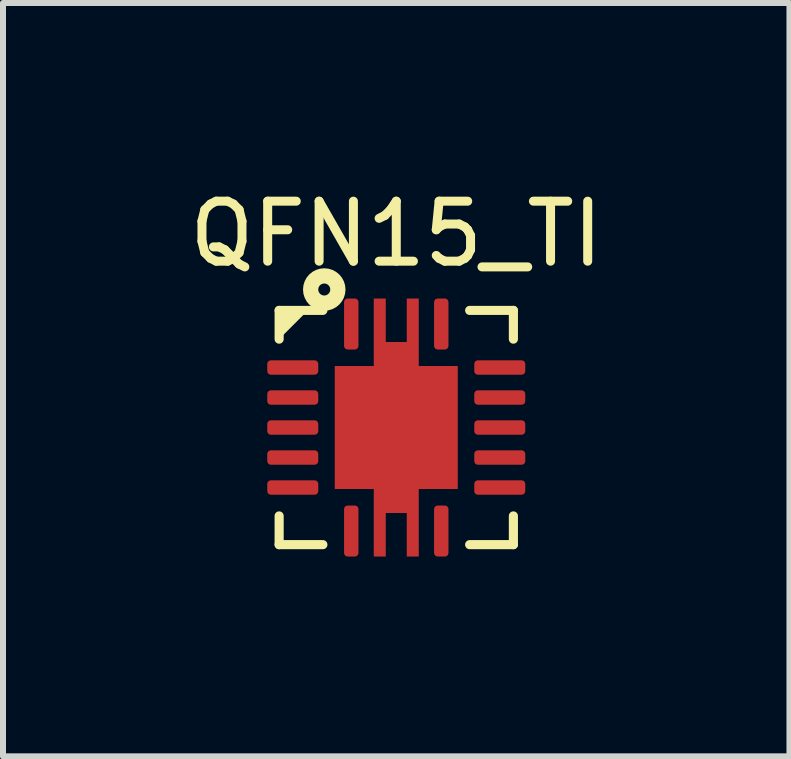
<source format=kicad_pcb>
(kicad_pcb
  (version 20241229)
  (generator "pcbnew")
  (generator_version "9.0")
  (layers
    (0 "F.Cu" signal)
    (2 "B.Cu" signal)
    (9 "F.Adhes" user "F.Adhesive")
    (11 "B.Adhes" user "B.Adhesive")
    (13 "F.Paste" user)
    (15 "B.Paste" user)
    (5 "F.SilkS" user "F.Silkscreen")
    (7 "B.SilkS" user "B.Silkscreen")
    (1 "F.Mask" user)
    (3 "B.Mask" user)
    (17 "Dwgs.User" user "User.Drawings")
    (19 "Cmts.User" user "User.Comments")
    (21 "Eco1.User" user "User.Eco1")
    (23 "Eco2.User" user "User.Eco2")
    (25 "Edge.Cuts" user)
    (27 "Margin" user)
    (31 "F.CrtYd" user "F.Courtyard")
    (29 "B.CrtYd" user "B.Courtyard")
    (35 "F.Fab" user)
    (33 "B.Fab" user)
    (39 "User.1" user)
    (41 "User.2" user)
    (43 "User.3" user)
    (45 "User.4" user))
  (footprint "QFN15_TI"
    (layer "F.Cu")
    (at 3.554 4.075)
    (property "Reference" "QFN15_TI" (at 0 -3.227 0) (layer "F.SilkS") (effects (font (size 1 1) (thickness 0.15))))
    (fp_poly (pts (xy -0.375 -1.025) (xy 0.375 -1.025) (xy 0.375 -2.15) (xy 0.175 -2.15) (xy 0.175 -1.525) (xy -0.175 -1.525) (xy -0.175 -2.15) (xy -0.375 -2.15)) (stroke (width 0) (type default)) (fill yes) (layer "F.Mask"))
    (fp_poly (pts (xy -0.375 -1.025) (xy 0.375 -1.025) (xy 0.375 -2.15) (xy 0.175 -2.15) (xy 0.175 -1.425) (xy -0.175 -1.425) (xy -0.175 -2.15) (xy -0.375 -2.15)) (stroke (width 0) (type default)) (fill yes) (layer "F.Mask"))
    (fp_poly (pts (xy -0.375 1.025) (xy 0.375 1.025) (xy 0.375 2.15) (xy 0.175 2.15) (xy 0.175 1.425) (xy -0.175 1.425) (xy -0.175 2.15) (xy -0.375 2.15)) (stroke (width 0) (type default)) (fill yes) (layer "F.Mask"))
    (fp_poly (pts (xy -0.375 1.025) (xy 0.375 1.025) (xy 0.375 2.15) (xy 0.175 2.15) (xy 0.175 1.425) (xy -0.175 1.425) (xy -0.175 2.15) (xy -0.375 2.15)) (stroke (width 0) (type default)) (fill yes) (layer "F.Mask"))
    (fp_line (start -1.952 -1.952) (end -1.223 -1.952) (stroke (width 0.152) (type solid)) (layer "F.SilkS"))
    (fp_line (start -1.952 -1.473) (end -1.952 -1.952) (stroke (width 0.152) (type solid)) (layer "F.SilkS"))
    (fp_line (start -1.952 1.952) (end -1.952 1.473) (stroke (width 0.152) (type solid)) (layer "F.SilkS"))
    (fp_line (start -1.952 1.952) (end -1.223 1.952) (stroke (width 0.152) (type solid)) (layer "F.SilkS"))
    (fp_line (start 1.223 -1.952) (end 1.952 -1.952) (stroke (width 0.152) (type solid)) (layer "F.SilkS"))
    (fp_line (start 1.223 1.952) (end 1.952 1.952) (stroke (width 0.152) (type solid)) (layer "F.SilkS"))
    (fp_line (start 1.952 -1.473) (end 1.952 -1.952) (stroke (width 0.152) (type solid)) (layer "F.SilkS"))
    (fp_line (start 1.952 1.952) (end 1.952 1.473) (stroke (width 0.152) (type solid)) (layer "F.SilkS"))
    (fp_circle (center -1.2 -2.3) (end -1.2 -2.4) (stroke (width 0.254) (type solid)) (fill no) (layer "F.SilkS"))
    (fp_poly (pts (xy -1.952 -1.473) (xy -1.473 -1.952) (xy -1.952 -1.952)) (stroke (width 0) (type default)) (fill yes) (layer "F.SilkS"))
    (fp_poly (pts (xy -1.325 -1.115) (xy -2.125 -1.115) (xy -2.125 -0.885) (xy -1.325 -0.885)) (stroke (width 0) (type default)) (fill yes) (layer "F.Paste"))
    (fp_poly (pts (xy -1.325 -0.615) (xy -2.125 -0.615) (xy -2.125 -0.385) (xy -1.325 -0.385)) (stroke (width 0) (type default)) (fill yes) (layer "F.Paste"))
    (fp_poly (pts (xy -1.325 -0.115) (xy -2.125 -0.115) (xy -2.125 0.115) (xy -1.325 0.115)) (stroke (width 0) (type default)) (fill yes) (layer "F.Paste"))
    (fp_poly (pts (xy -1.325 0.385) (xy -2.125 0.385) (xy -2.125 0.615) (xy -1.325 0.615)) (stroke (width 0) (type default)) (fill yes) (layer "F.Paste"))
    (fp_poly (pts (xy -1.325 0.885) (xy -2.125 0.885) (xy -2.125 1.115) (xy -1.325 1.115)) (stroke (width 0) (type default)) (fill yes) (layer "F.Paste"))
    (fp_poly (pts (xy -0.635 -2.125) (xy -0.865 -2.125) (xy -0.865 -1.325) (xy -0.635 -1.325)) (stroke (width 0) (type default)) (fill yes) (layer "F.Paste"))
    (fp_poly (pts (xy -0.635 1.325) (xy -0.865 1.325) (xy -0.865 2.125) (xy -0.635 2.125)) (stroke (width 0) (type default)) (fill yes) (layer "F.Paste"))
    (fp_poly (pts (xy -0.375 -1.425) (xy -0.175 -1.425) (xy -0.175 -2.15) (xy -0.375 -2.15)) (stroke (width 0) (type default)) (fill yes) (layer "F.Paste"))
    (fp_poly (pts (xy -0.375 1.425) (xy -0.175 1.425) (xy -0.175 2.15) (xy -0.375 2.15)) (stroke (width 0) (type default)) (fill yes) (layer "F.Paste"))
    (fp_poly (pts (xy -0.3 -1.35) (xy 0.3 -1.35) (xy 0.3 -1.025) (xy -0.3 -1.025)) (stroke (width 0) (type default)) (fill yes) (layer "F.Paste"))
    (fp_poly (pts (xy 0.175 -1.425) (xy 0.375 -1.425) (xy 0.375 -2.15) (xy 0.175 -2.15)) (stroke (width 0) (type default)) (fill yes) (layer "F.Paste"))
    (fp_poly (pts (xy 0.175 1.425) (xy 0.375 1.425) (xy 0.375 2.15) (xy 0.175 2.15)) (stroke (width 0) (type default)) (fill yes) (layer "F.Paste"))
    (fp_poly (pts (xy 0.3 1.35) (xy -0.3 1.35) (xy -0.3 1.025) (xy 0.3 1.025)) (stroke (width 0) (type default)) (fill yes) (layer "F.Paste"))
    (fp_poly (pts (xy 0.865 -2.125) (xy 0.635 -2.125) (xy 0.635 -1.325) (xy 0.865 -1.325)) (stroke (width 0) (type default)) (fill yes) (layer "F.Paste"))
    (fp_poly (pts (xy 0.865 1.325) (xy 0.635 1.325) (xy 0.635 2.125) (xy 0.865 2.125)) (stroke (width 0) (type default)) (fill yes) (layer "F.Paste"))
    (fp_poly (pts (xy 2.125 -1.115) (xy 1.325 -1.115) (xy 1.325 -0.885) (xy 2.125 -0.885)) (stroke (width 0) (type default)) (fill yes) (layer "F.Paste"))
    (fp_poly (pts (xy 2.125 -0.615) (xy 1.325 -0.615) (xy 1.325 -0.385) (xy 2.125 -0.385)) (stroke (width 0) (type default)) (fill yes) (layer "F.Paste"))
    (fp_poly (pts (xy 2.125 -0.115) (xy 1.325 -0.115) (xy 1.325 0.115) (xy 2.125 0.115)) (stroke (width 0) (type default)) (fill yes) (layer "F.Paste"))
    (fp_poly (pts (xy 2.125 0.385) (xy 1.325 0.385) (xy 1.325 0.615) (xy 2.125 0.615)) (stroke (width 0) (type default)) (fill yes) (layer "F.Paste"))
    (fp_poly (pts (xy 2.125 0.885) (xy 1.325 0.885) (xy 1.325 1.115) (xy 2.125 1.115)) (stroke (width 0) (type default)) (fill yes) (layer "F.Paste"))
    (fp_poly (pts (xy -0.635 0.494) (xy -0.95 0.494) (xy -0.95 0.95) (xy -0.494 0.95) (xy -0.494 0.635)) (stroke (width 0) (type default)) (fill yes) (layer "F.Paste"))
    (fp_poly (pts (xy -0.494 -0.95) (xy -0.95 -0.95) (xy -0.95 -0.494) (xy -0.635 -0.494) (xy -0.494 -0.635)) (stroke (width 0) (type default)) (fill yes) (layer "F.Paste"))
    (fp_poly (pts (xy 0.95 -0.95) (xy 0.494 -0.95) (xy 0.494 -0.635) (xy 0.635 -0.494) (xy 0.95 -0.494)) (stroke (width 0) (type default)) (fill yes) (layer "F.Paste"))
    (fp_poly (pts (xy 0.95 0.494) (xy 0.635 0.494) (xy 0.494 0.635) (xy 0.494 0.95) (xy 0.95 0.95)) (stroke (width 0) (type default)) (fill yes) (layer "F.Paste"))
    (fp_poly (pts (xy -0.635 -0.294) (xy -0.95 -0.294) (xy -0.95 0.294) (xy -0.635 0.294) (xy -0.494 0.152) (xy -0.494 -0.152)) (stroke (width 0) (type default)) (fill yes) (layer "F.Paste"))
    (fp_poly (pts (xy 0.152 0.494) (xy -0.152 0.494) (xy -0.294 0.635) (xy -0.294 0.95) (xy 0.294 0.95) (xy 0.294 0.635)) (stroke (width 0) (type default)) (fill yes) (layer "F.Paste"))
    (fp_poly (pts (xy 0.294 -0.95) (xy -0.294 -0.95) (xy -0.294 -0.635) (xy -0.152 -0.494) (xy 0.152 -0.494) (xy 0.294 -0.635)) (stroke (width 0) (type default)) (fill yes) (layer "F.Paste"))
    (fp_poly (pts (xy 0.95 -0.294) (xy 0.635 -0.294) (xy 0.494 -0.152) (xy 0.494 0.152) (xy 0.635 0.294) (xy 0.95 0.294)) (stroke (width 0) (type default)) (fill yes) (layer "F.Paste"))
    (fp_poly (pts (xy 0.152 -0.294) (xy -0.152 -0.294) (xy -0.294 -0.152) (xy -0.294 0.152) (xy -0.152 0.294) (xy 0.152 0.294) (xy 0.294 0.152) (xy 0.294 -0.152)) (stroke (width 0) (type default)) (fill yes) (layer "F.Paste"))
    (fp_line (start -2.404 -2.404) (end 2.404 -2.404) (stroke (width 0.152) (type solid)) (layer "Eco2.User"))
    (fp_line (start -2.404 2.404) (end -2.404 -2.404) (stroke (width 0.152) (type solid)) (layer "Eco2.User"))
    (fp_line (start -2.404 2.404) (end 2.404 2.404) (stroke (width 0.152) (type solid)) (layer "Eco2.User"))
    (fp_line (start 2.404 2.404) (end 2.404 -2.404) (stroke (width 0.152) (type solid)) (layer "Eco2.User"))
    (pad "1" smd roundrect (at -0.75 -1.725) (size 0.24 0.85) (layers "F.Cu" "F.Mask" "F.Paste") (roundrect_rratio 0.25))
    (pad "2" smd roundrect (at -1.725 -1 270) (size 0.24 0.85) (layers "F.Cu" "F.Mask" "F.Paste") (roundrect_rratio 0.25))
    (pad "3" smd roundrect (at -1.725 -0.5 270) (size 0.24 0.85) (layers "F.Cu" "F.Mask" "F.Paste") (roundrect_rratio 0.25))
    (pad "4" smd roundrect (at -1.725 0 270) (size 0.24 0.85) (layers "F.Cu" "F.Mask" "F.Paste") (roundrect_rratio 0.25))
    (pad "5" smd roundrect (at -1.725 0.5 270) (size 0.24 0.85) (layers "F.Cu" "F.Mask" "F.Paste") (roundrect_rratio 0.25))
    (pad "6" smd roundrect (at -1.725 1 270) (size 0.24 0.85) (layers "F.Cu" "F.Mask" "F.Paste") (roundrect_rratio 0.25))
    (pad "7" smd roundrect (at -0.75 1.725) (size 0.24 0.85) (layers "F.Cu" "F.Mask" "F.Paste") (roundrect_rratio 0.25))
    (pad "8" smd roundrect (at 0.75 1.725) (size 0.24 0.85) (layers "F.Cu" "F.Mask" "F.Paste") (roundrect_rratio 0.25))
    (pad "9" smd roundrect (at 1.725 1 270) (size 0.24 0.85) (layers "F.Cu" "F.Mask" "F.Paste") (roundrect_rratio 0.25))
    (pad "10" smd roundrect (at 1.725 0.5 270) (size 0.24 0.85) (layers "F.Cu" "F.Mask" "F.Paste") (roundrect_rratio 0.25))
    (pad "11" smd roundrect (at 1.725 0 270) (size 0.24 0.85) (layers "F.Cu" "F.Mask" "F.Paste") (roundrect_rratio 0.25))
    (pad "12" smd roundrect (at 1.725 -0.5 270) (size 0.24 0.85) (layers "F.Cu" "F.Mask" "F.Paste") (roundrect_rratio 0.25))
    (pad "13" smd roundrect (at 1.725 -1 270) (size 0.24 0.85) (layers "F.Cu" "F.Mask" "F.Paste") (roundrect_rratio 0.25))
    (pad "14" smd roundrect (at 0.75 -1.725) (size 0.24 0.85) (layers "F.Cu" "F.Mask" "F.Paste") (roundrect_rratio 0.25))
    (pad "15" smd custom (at -0.375 -1.025) (size 0.000001 0.000001) (layers "F.Cu" "F.Mask" "F.Paste") (options (anchor circle)) (primitives (gr_poly (pts (xy 0 0) (xy 0 -1.125) (xy 0.2 -1.125) (xy 0.2 -0.4) (xy 0.55 -0.4) (xy 0.55 -1.125) (xy 0.75 -1.125) (xy 0.75 0) (xy 1.4 0) (xy 1.4 2.05) (xy 0.75 2.05) (xy 0.75 3.175) (xy 0.55 3.175) (xy 0.55 2.45) (xy 0.2 2.45) (xy 0.2 3.175) (xy 0 3.175) (xy 0 2.05) (xy -0.65 2.05) (xy -0.65 0)) (width 0) (fill yes))))
    (pad "15" smd circle (at 0 0) (size 0.025 0.025) (layers "F.Cu" "F.Mask" "F.Paste")))
  (gr_rect
    (start -3 -3)
    (end 10.107 9.555)
    (stroke (width 0.1) (type default))
    (fill no)
    (layer "Edge.Cuts")))
</source>
